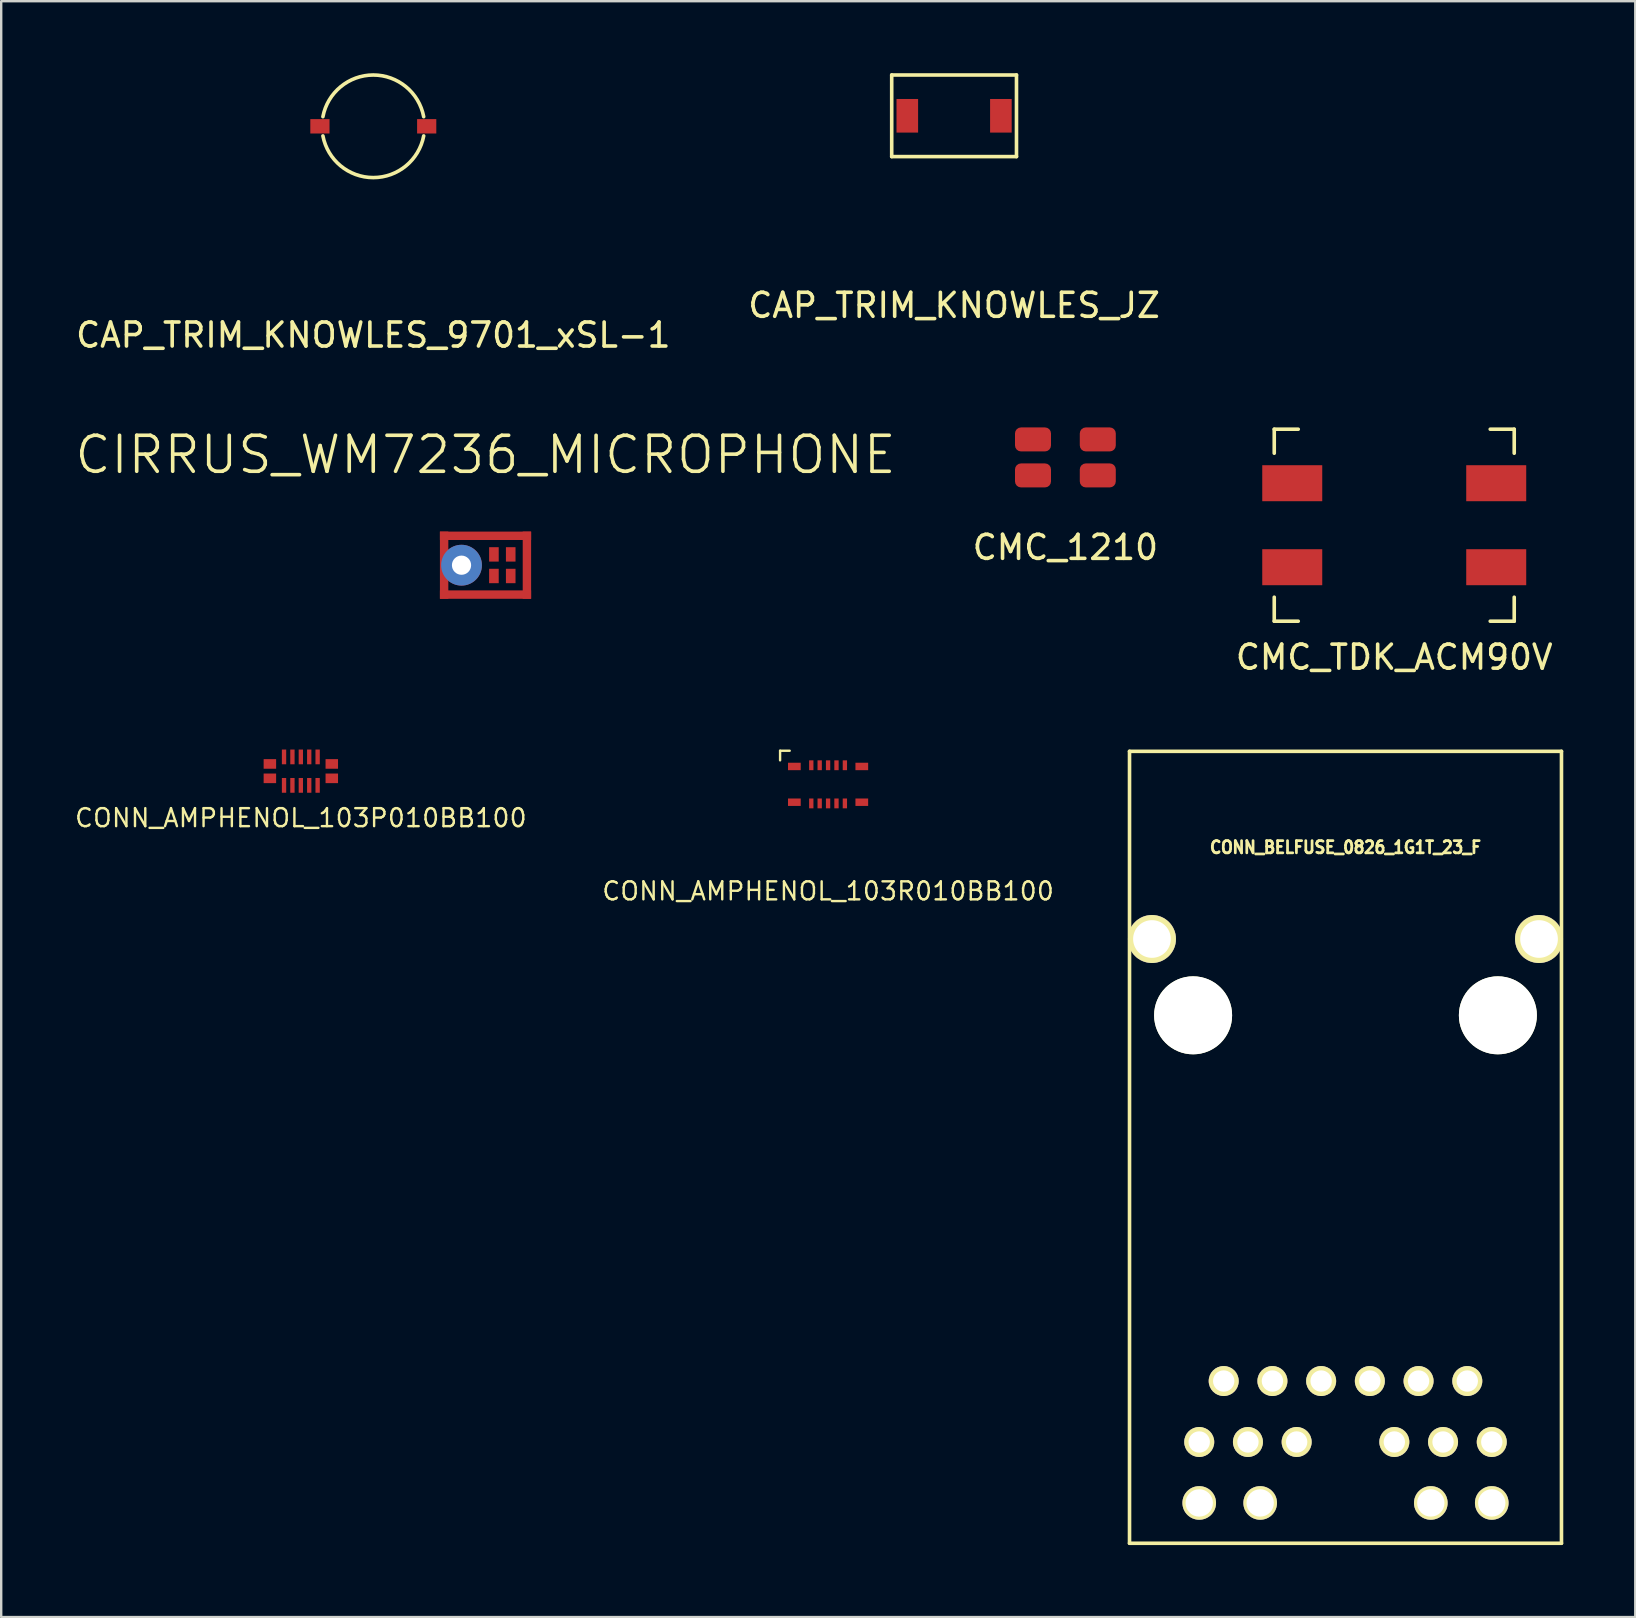
<source format=kicad_pcb>
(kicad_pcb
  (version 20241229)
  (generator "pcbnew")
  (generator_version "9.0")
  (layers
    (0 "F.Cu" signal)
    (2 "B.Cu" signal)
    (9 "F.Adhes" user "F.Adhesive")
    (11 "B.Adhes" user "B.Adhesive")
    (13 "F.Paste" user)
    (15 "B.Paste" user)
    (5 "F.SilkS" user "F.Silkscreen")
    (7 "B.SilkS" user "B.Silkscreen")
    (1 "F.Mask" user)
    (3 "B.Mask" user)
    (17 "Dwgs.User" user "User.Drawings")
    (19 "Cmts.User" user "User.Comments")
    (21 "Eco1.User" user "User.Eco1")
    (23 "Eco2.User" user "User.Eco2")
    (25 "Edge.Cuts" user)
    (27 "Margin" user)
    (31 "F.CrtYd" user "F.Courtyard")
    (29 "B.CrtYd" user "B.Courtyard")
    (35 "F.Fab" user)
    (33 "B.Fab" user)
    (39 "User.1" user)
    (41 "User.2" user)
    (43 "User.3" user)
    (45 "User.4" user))
  (footprint "CONN_AMPHENOL_103R010BB100"
    (layer "F.Cu")
    (at 31.457 29.634)
    (property "Reference" "CONN_AMPHENOL_103R010BB100" (at 0 4.45 0) (unlocked yes) (layer "F.SilkS") (effects (font (size 0.75 0.75) (thickness 0.1))))
    (attr smd)
    (fp_line (start -2 -1.4) (end -2 -1) (stroke (width 0.1) (type default)) (layer "F.SilkS"))
    (fp_line (start -1.6 -1.4) (end -2 -1.4) (stroke (width 0.1) (type default)) (layer "F.SilkS"))
    (pad "1" smd rect (at -0.7 -0.795) (size 0.18 0.41) (layers "F.Cu" "F.Mask" "F.Paste"))
    (pad "2" smd rect (at -0.35 -0.795) (size 0.18 0.41) (layers "F.Cu" "F.Mask" "F.Paste"))
    (pad "3" smd rect (at 0 -0.795) (size 0.18 0.41) (layers "F.Cu" "F.Mask" "F.Paste"))
    (pad "4" smd rect (at 0.35 -0.795) (size 0.18 0.41) (layers "F.Cu" "F.Mask" "F.Paste"))
    (pad "5" smd rect (at 0.7 -0.795) (size 0.18 0.41) (layers "F.Cu" "F.Mask" "F.Paste"))
    (pad "6" smd rect (at -0.7 0.795) (size 0.18 0.41) (layers "F.Cu" "F.Mask" "F.Paste"))
    (pad "7" smd rect (at -0.35 0.795) (size 0.18 0.41) (layers "F.Cu" "F.Mask" "F.Paste"))
    (pad "8" smd rect (at 0 0.795) (size 0.18 0.41) (layers "F.Cu" "F.Mask" "F.Paste"))
    (pad "9" smd rect (at 0.35 0.795) (size 0.18 0.41) (layers "F.Cu" "F.Mask" "F.Paste"))
    (pad "10" smd rect (at 0.7 0.795) (size 0.18 0.41) (layers "F.Cu" "F.Mask" "F.Paste"))
    (pad "11" smd rect (at -1.405 0.745) (size 0.53 0.31) (layers "F.Cu" "F.Mask" "F.Paste"))
    (pad "12" smd rect (at -1.405 -0.745) (size 0.53 0.31) (layers "F.Cu" "F.Mask" "F.Paste"))
    (pad "13" smd rect (at 1.405 -0.745) (size 0.53 0.31) (layers "F.Cu" "F.Mask" "F.Paste"))
    (pad "14" smd rect (at 1.405 0.745) (size 0.53 0.31) (layers "F.Cu" "F.Mask" "F.Paste")))
  (footprint "CONN_AMPHENOL_103P010BB100"
    (layer "F.Cu")
    (at 9.486 29.084)
    (property "Reference" "CONN_AMPHENOL_103P010BB100" (at 0 1.95 0) (unlocked yes) (layer "F.SilkS") (effects (font (size 0.75 0.75) (thickness 0.1))))
    (attr smd)
    (pad "1" smd rect (at -0.7 0.593) (size 0.18 0.615) (layers "F.Cu" "F.Mask" "F.Paste"))
    (pad "2" smd rect (at -0.35 0.593) (size 0.18 0.615) (layers "F.Cu" "F.Mask" "F.Paste"))
    (pad "3" smd rect (at 0 0.593) (size 0.18 0.615) (layers "F.Cu" "F.Mask" "F.Paste"))
    (pad "4" smd rect (at 0.35 0.593) (size 0.18 0.615) (layers "F.Cu" "F.Mask" "F.Paste"))
    (pad "5" smd rect (at 0.7 0.593) (size 0.18 0.615) (layers "F.Cu" "F.Mask" "F.Paste"))
    (pad "6" smd rect (at -0.7 -0.593) (size 0.18 0.615) (layers "F.Cu" "F.Mask" "F.Paste"))
    (pad "7" smd rect (at -0.35 -0.593) (size 0.18 0.615) (layers "F.Cu" "F.Mask" "F.Paste"))
    (pad "8" smd rect (at 0 -0.593) (size 0.18 0.615) (layers "F.Cu" "F.Mask" "F.Paste"))
    (pad "9" smd rect (at 0.35 -0.593) (size 0.18 0.615) (layers "F.Cu" "F.Mask" "F.Paste"))
    (pad "10" smd rect (at 0.7 -0.593) (size 0.18 0.615) (layers "F.Cu" "F.Mask" "F.Paste"))
    (pad "11" smd rect (at -1.29 -0.3) (size 0.52 0.4) (layers "F.Cu" "F.Mask" "F.Paste"))
    (pad "12" smd rect (at -1.29 0.3) (size 0.52 0.4) (layers "F.Cu" "F.Mask" "F.Paste"))
    (pad "13" smd rect (at 1.29 0.3) (size 0.52 0.4) (layers "F.Cu" "F.Mask" "F.Paste"))
    (pad "14" smd rect (at 1.29 -0.3) (size 0.52 0.4) (layers "F.Cu" "F.Mask" "F.Paste")))
  (footprint "CIRRUS_WM7236_MICROPHONE"
    (layer "F.Cu")
    (at 17.182 20.502)
    (property "Reference" "CIRRUS_WM7236_MICROPHONE" (at 0 -4.6 0) (layer "F.SilkS") (effects (font (size 1.5 1.5) (thickness 0.15))))
    (attr through_hole)
    (fp_circle (center -1 0) (end -0.3 0) (stroke (width 0.3) (type solid)) (fill no) (layer "F.Mask"))
    (fp_line (start -1.75 -1.05) (end -1.75 -0.75) (stroke (width 0.15) (type solid)) (layer "F.Paste"))
    (fp_line (start -1.75 0.75) (end -1.75 1.05) (stroke (width 0.15) (type solid)) (layer "F.Paste"))
    (fp_line (start -1.5 -1.25) (end -0.2 -1.25) (stroke (width 0.15) (type solid)) (layer "F.Paste"))
    (fp_line (start -1.5 1.25) (end -0.2 1.25) (stroke (width 0.15) (type solid)) (layer "F.Paste"))
    (fp_line (start 0.2 -1.25) (end 1.45 -1.25) (stroke (width 0.15) (type solid)) (layer "F.Paste"))
    (fp_line (start 0.2 1.25) (end 1.45 1.25) (stroke (width 0.15) (type solid)) (layer "F.Paste"))
    (fp_line (start 1.75 -1.05) (end 1.75 -0.2) (stroke (width 0.15) (type solid)) (layer "F.Paste"))
    (fp_line (start 1.75 0.25) (end 1.75 1) (stroke (width 0.15) (type solid)) (layer "F.Paste"))
    (fp_arc (start -1.7 -0.2) (mid -1.484849 -0.543066) (end -1.119684 -0.718106) (stroke (width 0.15) (type solid)) (layer "F.Paste"))
    (fp_arc (start -1.2 0.7) (mid -1.514782 0.514782) (end -1.7 0.2) (stroke (width 0.15) (type solid)) (layer "F.Paste"))
    (fp_arc (start -0.8 -0.7) (mid -0.485218 -0.514782) (end -0.3 -0.2) (stroke (width 0.15) (type solid)) (layer "F.Paste"))
    (fp_arc (start -0.3 0.2) (mid -0.474157 0.503477) (end -0.769783 0.690652) (stroke (width 0.15) (type solid)) (layer "F.Paste"))
    (pad "1" smd rect (at 1.05 -0.45) (size 0.4 0.6) (layers "F.Cu" "F.Mask" "F.Paste"))
    (pad "2" smd rect (at 0.35 -0.45) (size 0.4 0.6) (layers "F.Cu" "F.Mask" "F.Paste"))
    (pad "3" smd rect (at -1.725 0) (size 0.35 2.8) (layers "F.Cu" "F.Mask"))
    (pad "3" thru_hole circle (at -1 0) (size 1.7 1.7) (drill 0.8) (layers "*.Cu" "B.Mask"))
    (pad "3" smd rect (at 0 -1.225) (size 3.8 0.35) (layers "F.Cu" "F.Mask"))
    (pad "3" smd rect (at 0 1.225) (size 3.8 0.35) (layers "F.Cu" "F.Mask"))
    (pad "3" smd rect (at 1.725 0) (size 0.35 2.8) (layers "F.Cu" "F.Mask"))
    (pad "4" smd rect (at 0.35 0.45) (size 0.4 0.6) (layers "F.Cu" "F.Mask" "F.Paste"))
    (pad "5" smd rect (at 1.05 0.45) (size 0.4 0.6) (layers "F.Cu" "F.Mask" "F.Paste")))
  (footprint "CMC_1210"
    (layer "F.Cu")
    (at 41.346 16.011)
    (property "Reference" "CMC_1210" (at 0 3.75 0) (unlocked yes) (layer "F.SilkS") (effects (font (size 1 1) (thickness 0.15))))
    (attr smd)
    (pad "1" smd roundrect (at -1.35 -0.75) (size 1.5 1) (layers "F.Cu" "F.Mask" "F.Paste") (roundrect_rratio 0.25))
    (pad "2" smd roundrect (at 1.35 -0.75) (size 1.5 1) (layers "F.Cu" "F.Mask" "F.Paste") (roundrect_rratio 0.25))
    (pad "3" smd roundrect (at -1.35 0.75) (size 1.5 1) (layers "F.Cu" "F.Mask" "F.Paste") (roundrect_rratio 0.25))
    (pad "4" smd roundrect (at 1.35 0.75) (size 1.5 1) (layers "F.Cu" "F.Mask" "F.Paste") (roundrect_rratio 0.25)))
  (footprint "CAP_TRIM_KNOWLES_JZ"
    (layer "F.Cu")
    (at 36.708 1.775)
    (property "Reference" "CAP_TRIM_KNOWLES_JZ" (at 0 7.9 0) (unlocked yes) (layer "F.SilkS") (effects (font (size 1 1) (thickness 0.15))))
    (attr smd)
    (fp_line (start -2.6 -1.7) (end -2.6 1.7) (stroke (width 0.15) (type solid)) (layer "F.SilkS"))
    (fp_line (start -2.6 1.7) (end 2.6 1.7) (stroke (width 0.15) (type solid)) (layer "F.SilkS"))
    (fp_line (start 2.6 -1.7) (end -2.6 -1.7) (stroke (width 0.15) (type solid)) (layer "F.SilkS"))
    (fp_line (start 2.6 1.7) (end 2.6 -1.7) (stroke (width 0.15) (type solid)) (layer "F.SilkS"))
    (pad "1" smd rect (at -1.95 0) (size 0.9 1.4) (layers "F.Cu" "F.Mask" "F.Paste"))
    (pad "2" smd rect (at 1.95 0) (size 0.9 1.4) (layers "F.Cu" "F.Mask" "F.Paste")))
  (footprint "CMC_TDK_ACM90V"
    (layer "F.Cu")
    (at 55.049 18.836)
    (property "Reference" "CMC_TDK_ACM90V" (at 0 5.5 0) (unlocked yes) (layer "F.SilkS") (effects (font (size 1 1) (thickness 0.15))))
    (attr smd)
    (fp_line (start -5 -4) (end -5 -3) (stroke (width 0.15) (type solid)) (layer "F.SilkS"))
    (fp_line (start -5 3) (end -5 4) (stroke (width 0.15) (type solid)) (layer "F.SilkS"))
    (fp_line (start -4 -4) (end -5 -4) (stroke (width 0.15) (type solid)) (layer "F.SilkS"))
    (fp_line (start -4 4) (end -5 4) (stroke (width 0.15) (type solid)) (layer "F.SilkS"))
    (fp_line (start 4 4) (end 5 4) (stroke (width 0.15) (type solid)) (layer "F.SilkS"))
    (fp_line (start 5 -4) (end 4 -4) (stroke (width 0.15) (type solid)) (layer "F.SilkS"))
    (fp_line (start 5 -3) (end 5 -4) (stroke (width 0.15) (type solid)) (layer "F.SilkS"))
    (fp_line (start 5 4) (end 5 3) (stroke (width 0.15) (type solid)) (layer "F.SilkS"))
    (pad "1" smd rect (at -4.25 -1.75) (size 2.5 1.5) (layers "F.Cu" "F.Mask" "F.Paste"))
    (pad "2" smd rect (at -4.25 1.75) (size 2.5 1.5) (layers "F.Cu" "F.Mask" "F.Paste"))
    (pad "3" smd rect (at 4.25 1.75) (size 2.5 1.5) (layers "F.Cu" "F.Mask" "F.Paste"))
    (pad "4" smd rect (at 4.25 -1.75) (size 2.5 1.5) (layers "F.Cu" "F.Mask" "F.Paste")))
  (footprint "CAP_TRIM_KNOWLES_9701_xSL-1"
    (layer "F.Cu")
    (at 12.506 2.213)
    (property "Reference" "CAP_TRIM_KNOWLES_9701_xSL-1" (at 0 8.7 0) (unlocked yes) (layer "F.SilkS") (effects (font (size 1 1) (thickness 0.15))))
    (attr smd)
    (fp_arc (start -2.099999 -0.4) (mid 0 -2.137755) (end 2.099999 -0.4) (stroke (width 0.15) (type solid)) (layer "F.SilkS"))
    (fp_arc (start 2.099999 0.4) (mid 0 2.137755) (end -2.099999 0.4) (stroke (width 0.15) (type solid)) (layer "F.SilkS"))
    (pad "1" smd rect (at -2.225 0) (size 0.8 0.6) (layers "F.Cu" "F.Mask" "F.Paste"))
    (pad "2" smd rect (at 2.225 0) (size 0.8 0.6) (layers "F.Cu" "F.Mask" "F.Paste")))
  (footprint "CONN_BELFUSE_0826_1G1T_23_F"
    (layer "F.Cu")
    (at 53.018 39.259)
    (property "Reference" "CONN_BELFUSE_0826_1G1T_23_F" (at 0 -7 0) (layer "F.SilkS") (effects (font (size 0.508 0.457) (thickness 0.114))))
    (attr through_hole)
    (fp_line (start -9 -11) (end -9 22) (stroke (width 0.15) (type solid)) (layer "F.SilkS"))
    (fp_line (start -9 22) (end 9 22) (stroke (width 0.15) (type solid)) (layer "F.SilkS"))
    (fp_line (start 9 -11) (end -9 -11) (stroke (width 0.15) (type solid)) (layer "F.SilkS"))
    (fp_line (start 9 22) (end 9 -11) (stroke (width 0.15) (type solid)) (layer "F.SilkS"))
    (pad "" np_thru_hole circle (at -6.35 0) (size 3.25 3.25) (drill 3.25) (layers "*.Cu" "*.Mask" "F.SilkS"))
    (pad "" np_thru_hole circle (at 6.35 0) (size 3.25 3.25) (drill 3.25) (layers "*.Cu" "*.Mask" "F.SilkS"))
    (pad "1" thru_hole circle (at -5.075 15.24) (size 1.25 1.25) (drill 0.89) (layers "*.Cu" "*.Mask" "F.SilkS"))
    (pad "2" thru_hole circle (at -3.045 15.24) (size 1.25 1.25) (drill 0.89) (layers "*.Cu" "*.Mask" "F.SilkS"))
    (pad "3" thru_hole circle (at -1.015 15.24) (size 1.25 1.25) (drill 0.89) (layers "*.Cu" "*.Mask" "F.SilkS"))
    (pad "4" thru_hole circle (at 1.015 15.24) (size 1.25 1.25) (drill 0.89) (layers "*.Cu" "*.Mask" "F.SilkS"))
    (pad "5" thru_hole circle (at 3.045 15.24) (size 1.25 1.25) (drill 0.89) (layers "*.Cu" "*.Mask" "F.SilkS"))
    (pad "6" thru_hole circle (at 5.075 15.24) (size 1.25 1.25) (drill 0.89) (layers "*.Cu" "*.Mask" "F.SilkS"))
    (pad "7" thru_hole circle (at -6.095 17.78) (size 1.25 1.25) (drill 0.89) (layers "*.Cu" "*.Mask" "F.SilkS"))
    (pad "8" thru_hole circle (at -4.065 17.78) (size 1.25 1.25) (drill 0.89) (layers "*.Cu" "*.Mask" "F.SilkS"))
    (pad "9" thru_hole circle (at -2.035 17.78) (size 1.25 1.25) (drill 0.89) (layers "*.Cu" "*.Mask" "F.SilkS"))
    (pad "10" thru_hole circle (at 2.035 17.78) (size 1.25 1.25) (drill 0.89) (layers "*.Cu" "*.Mask" "F.SilkS"))
    (pad "11" thru_hole circle (at 4.065 17.78) (size 1.25 1.25) (drill 0.89) (layers "*.Cu" "*.Mask" "F.SilkS"))
    (pad "12" thru_hole circle (at 6.095 17.78) (size 1.25 1.25) (drill 0.89) (layers "*.Cu" "*.Mask" "F.SilkS"))
    (pad "13" thru_hole circle (at -6.095 20.32) (size 1.4 1.4) (drill 1.14) (layers "*.Cu" "*.Mask" "F.SilkS"))
    (pad "14" thru_hole circle (at -3.555 20.32) (size 1.4 1.4) (drill 1.14) (layers "*.Cu" "*.Mask" "F.SilkS"))
    (pad "15" thru_hole circle (at 3.555 20.32) (size 1.4 1.4) (drill 1.14) (layers "*.Cu" "*.Mask" "F.SilkS"))
    (pad "16" thru_hole circle (at 6.095 20.32) (size 1.4 1.4) (drill 1.14) (layers "*.Cu" "*.Mask" "F.SilkS"))
    (pad "17" thru_hole circle (at -8.065 -3.18) (size 2 2) (drill 1.57) (layers "*.Cu" "*.Mask" "F.SilkS"))
    (pad "17" thru_hole circle (at 8.065 -3.18) (size 2 2) (drill 1.57) (layers "*.Cu" "*.Mask" "F.SilkS")))
  (gr_rect
    (start -3 -3)
    (end 65.093 64.334)
    (stroke (width 0.1) (type default))
    (fill no)
    (layer "Edge.Cuts")))
</source>
